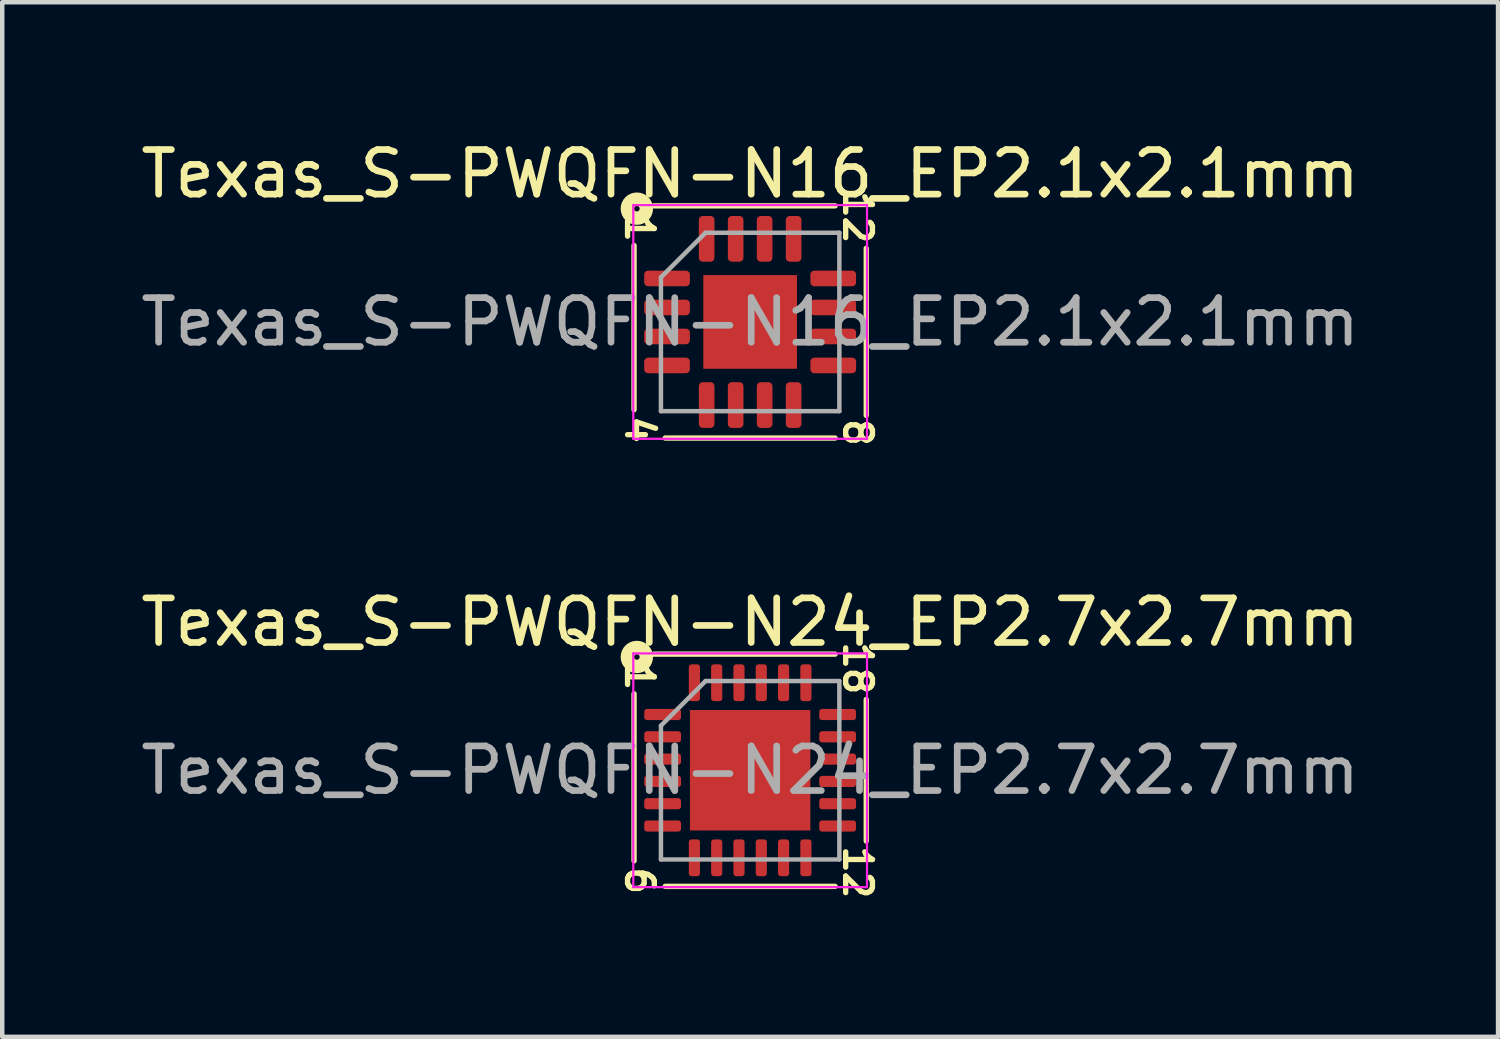
<source format=kicad_pcb>
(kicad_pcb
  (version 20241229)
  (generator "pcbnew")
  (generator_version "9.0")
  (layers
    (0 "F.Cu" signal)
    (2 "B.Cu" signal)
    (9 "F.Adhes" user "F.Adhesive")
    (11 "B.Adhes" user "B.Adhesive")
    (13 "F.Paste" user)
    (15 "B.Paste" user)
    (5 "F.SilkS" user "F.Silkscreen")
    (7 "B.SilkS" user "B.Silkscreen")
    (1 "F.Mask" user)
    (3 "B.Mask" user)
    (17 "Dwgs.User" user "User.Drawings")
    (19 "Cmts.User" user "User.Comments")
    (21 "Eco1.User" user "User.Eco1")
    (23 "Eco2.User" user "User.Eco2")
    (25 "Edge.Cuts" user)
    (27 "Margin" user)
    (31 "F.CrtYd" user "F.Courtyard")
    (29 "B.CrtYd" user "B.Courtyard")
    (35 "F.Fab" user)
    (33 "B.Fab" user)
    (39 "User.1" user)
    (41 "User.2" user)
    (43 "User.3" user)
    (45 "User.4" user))
  (footprint "Texas_S-PWQFN-N24_EP2.7x2.7mm"
    (layer "F.Cu")
    (at 13.768 14.219)
    (property "Reference" "Texas_S-PWQFN-N24_EP2.7x2.7mm" (at 0 -3.32 0) (layer "F.SilkS") (effects (font (size 1 1) (thickness 0.15))))
    (attr smd)
    (fp_line (start -2.603 -1.714) (end -2.603 2.032) (stroke (width 0.12) (type solid)) (layer "F.SilkS"))
    (fp_line (start -1.905 2.603) (end 1.905 2.603) (stroke (width 0.12) (type solid)) (layer "F.SilkS"))
    (fp_line (start 1.905 -2.603) (end -2.159 -2.603) (stroke (width 0.12) (type solid)) (layer "F.SilkS"))
    (fp_line (start 2.603 1.587) (end 2.603 -1.587) (stroke (width 0.12) (type solid)) (layer "F.SilkS"))
    (fp_circle (center -2.54 -2.54) (end -2.477 -2.54) (stroke (width 0.3) (type solid)) (fill no) (layer "F.SilkS"))
    (fp_line (start -2.62 -2.62) (end -2.62 2.62) (stroke (width 0.05) (type solid)) (layer "F.CrtYd"))
    (fp_line (start -2.62 2.62) (end 2.62 2.62) (stroke (width 0.05) (type solid)) (layer "F.CrtYd"))
    (fp_line (start 2.62 -2.62) (end -2.62 -2.62) (stroke (width 0.05) (type solid)) (layer "F.CrtYd"))
    (fp_line (start 2.62 2.62) (end 2.62 -2.62) (stroke (width 0.05) (type solid)) (layer "F.CrtYd"))
    (fp_line (start -2 -1) (end -1 -2) (stroke (width 0.1) (type solid)) (layer "F.Fab"))
    (fp_line (start -2 2) (end -2 -1) (stroke (width 0.1) (type solid)) (layer "F.Fab"))
    (fp_line (start -1 -2) (end 2 -2) (stroke (width 0.1) (type solid)) (layer "F.Fab"))
    (fp_line (start 2 -2) (end 2 2) (stroke (width 0.1) (type solid)) (layer "F.Fab"))
    (fp_line (start 2 2) (end -2 2) (stroke (width 0.1) (type solid)) (layer "F.Fab"))
    (fp_text user "6" (at -2.477 2.477 270) (unlocked yes) (layer "F.SilkS") (effects (font (size 0.6 0.6) (thickness 0.12))))
    (fp_text user "1" (at -2.477 -2.095 270) (unlocked yes) (layer "F.SilkS") (effects (font (size 0.6 0.6) (thickness 0.12))))
    (fp_text user "12" (at 2.413 2.286 270) (unlocked yes) (layer "F.SilkS") (effects (font (size 0.6 0.6) (thickness 0.12))))
    (fp_text user "18" (at 2.413 -2.286 270) (unlocked yes) (layer "F.SilkS") (effects (font (size 0.6 0.6) (thickness 0.12))))
    (fp_text user "${REFERENCE}" (at 0 0 0) (layer "F.Fab") (effects (font (size 1 1) (thickness 0.15))))
    (pad "" smd roundrect (at -0.675 -0.675) (size 1.09 1.09) (layers "F.Paste") (roundrect_rratio 0.229))
    (pad "" smd roundrect (at -0.675 0.675) (size 1.09 1.09) (layers "F.Paste") (roundrect_rratio 0.229))
    (pad "" smd roundrect (at 0.675 -0.675) (size 1.09 1.09) (layers "F.Paste") (roundrect_rratio 0.229))
    (pad "" smd roundrect (at 0.675 0.675) (size 1.09 1.09) (layers "F.Paste") (roundrect_rratio 0.229))
    (pad "1" smd roundrect (at -1.962 -1.25) (size 0.825 0.25) (layers "F.Cu" "F.Mask" "F.Paste") (roundrect_rratio 0.25))
    (pad "2" smd roundrect (at -1.962 -0.75) (size 0.825 0.25) (layers "F.Cu" "F.Mask" "F.Paste") (roundrect_rratio 0.25))
    (pad "3" smd roundrect (at -1.962 -0.25) (size 0.825 0.25) (layers "F.Cu" "F.Mask" "F.Paste") (roundrect_rratio 0.25))
    (pad "4" smd roundrect (at -1.962 0.25) (size 0.825 0.25) (layers "F.Cu" "F.Mask" "F.Paste") (roundrect_rratio 0.25))
    (pad "5" smd roundrect (at -1.962 0.75) (size 0.825 0.25) (layers "F.Cu" "F.Mask" "F.Paste") (roundrect_rratio 0.25))
    (pad "6" smd roundrect (at -1.962 1.25) (size 0.825 0.25) (layers "F.Cu" "F.Mask" "F.Paste") (roundrect_rratio 0.25))
    (pad "7" smd roundrect (at -1.25 1.962) (size 0.25 0.825) (layers "F.Cu" "F.Mask" "F.Paste") (roundrect_rratio 0.25))
    (pad "8" smd roundrect (at -0.75 1.962) (size 0.25 0.825) (layers "F.Cu" "F.Mask" "F.Paste") (roundrect_rratio 0.25))
    (pad "9" smd roundrect (at -0.25 1.962) (size 0.25 0.825) (layers "F.Cu" "F.Mask" "F.Paste") (roundrect_rratio 0.25))
    (pad "10" smd roundrect (at 0.25 1.962) (size 0.25 0.825) (layers "F.Cu" "F.Mask" "F.Paste") (roundrect_rratio 0.25))
    (pad "11" smd roundrect (at 0.75 1.962) (size 0.25 0.825) (layers "F.Cu" "F.Mask" "F.Paste") (roundrect_rratio 0.25))
    (pad "12" smd roundrect (at 1.25 1.962) (size 0.25 0.825) (layers "F.Cu" "F.Mask" "F.Paste") (roundrect_rratio 0.25))
    (pad "13" smd roundrect (at 1.962 1.25) (size 0.825 0.25) (layers "F.Cu" "F.Mask" "F.Paste") (roundrect_rratio 0.25))
    (pad "14" smd roundrect (at 1.962 0.75) (size 0.825 0.25) (layers "F.Cu" "F.Mask" "F.Paste") (roundrect_rratio 0.25))
    (pad "15" smd roundrect (at 1.962 0.25) (size 0.825 0.25) (layers "F.Cu" "F.Mask" "F.Paste") (roundrect_rratio 0.25))
    (pad "16" smd roundrect (at 1.962 -0.25) (size 0.825 0.25) (layers "F.Cu" "F.Mask" "F.Paste") (roundrect_rratio 0.25))
    (pad "17" smd roundrect (at 1.962 -0.75) (size 0.825 0.25) (layers "F.Cu" "F.Mask" "F.Paste") (roundrect_rratio 0.25))
    (pad "18" smd roundrect (at 1.962 -1.25) (size 0.825 0.25) (layers "F.Cu" "F.Mask" "F.Paste") (roundrect_rratio 0.25))
    (pad "19" smd roundrect (at 1.25 -1.962) (size 0.25 0.825) (layers "F.Cu" "F.Mask" "F.Paste") (roundrect_rratio 0.25))
    (pad "20" smd roundrect (at 0.75 -1.962) (size 0.25 0.825) (layers "F.Cu" "F.Mask" "F.Paste") (roundrect_rratio 0.25))
    (pad "21" smd roundrect (at 0.25 -1.962) (size 0.25 0.825) (layers "F.Cu" "F.Mask" "F.Paste") (roundrect_rratio 0.25))
    (pad "22" smd roundrect (at -0.25 -1.962) (size 0.25 0.825) (layers "F.Cu" "F.Mask" "F.Paste") (roundrect_rratio 0.25))
    (pad "23" smd roundrect (at -0.75 -1.962) (size 0.25 0.825) (layers "F.Cu" "F.Mask" "F.Paste") (roundrect_rratio 0.25))
    (pad "24" smd roundrect (at -1.25 -1.962) (size 0.25 0.825) (layers "F.Cu" "F.Mask" "F.Paste") (roundrect_rratio 0.25))
    (pad "25" smd rect (at 0 0) (size 2.7 2.7) (layers "F.Cu" "F.Mask")))
  (footprint "Texas_S-PWQFN-N16_EP2.1x2.1mm"
    (layer "F.Cu")
    (at 13.768 4.168)
    (property "Reference" "Texas_S-PWQFN-N16_EP2.1x2.1mm" (at 0 -3.32 0) (layer "F.SilkS") (effects (font (size 1 1) (thickness 0.15))))
    (attr smd)
    (fp_line (start -2.603 -1.714) (end -2.603 1.968) (stroke (width 0.12) (type solid)) (layer "F.SilkS"))
    (fp_line (start -1.905 2.603) (end 1.905 2.603) (stroke (width 0.12) (type solid)) (layer "F.SilkS"))
    (fp_line (start 1.905 -2.603) (end -2.159 -2.603) (stroke (width 0.12) (type solid)) (layer "F.SilkS"))
    (fp_line (start 2.603 2.095) (end 2.603 -1.651) (stroke (width 0.12) (type solid)) (layer "F.SilkS"))
    (fp_circle (center -2.54 -2.54) (end -2.477 -2.54) (stroke (width 0.3) (type solid)) (fill no) (layer "F.SilkS"))
    (fp_line (start -2.62 -2.62) (end -2.62 2.62) (stroke (width 0.05) (type solid)) (layer "F.CrtYd"))
    (fp_line (start -2.62 2.62) (end 2.62 2.62) (stroke (width 0.05) (type solid)) (layer "F.CrtYd"))
    (fp_line (start 2.62 -2.62) (end -2.62 -2.62) (stroke (width 0.05) (type solid)) (layer "F.CrtYd"))
    (fp_line (start 2.62 2.62) (end 2.62 -2.62) (stroke (width 0.05) (type solid)) (layer "F.CrtYd"))
    (fp_line (start -2 -1) (end -1 -2) (stroke (width 0.1) (type solid)) (layer "F.Fab"))
    (fp_line (start -2 2) (end -2 -1) (stroke (width 0.1) (type solid)) (layer "F.Fab"))
    (fp_line (start -1 -2) (end 2 -2) (stroke (width 0.1) (type solid)) (layer "F.Fab"))
    (fp_line (start 2 -2) (end 2 2) (stroke (width 0.1) (type solid)) (layer "F.Fab"))
    (fp_line (start 2 2) (end -2 2) (stroke (width 0.1) (type solid)) (layer "F.Fab"))
    (fp_text user "4" (at -2.477 2.413 270) (unlocked yes) (layer "F.SilkS") (effects (font (size 0.6 0.6) (thickness 0.12))))
    (fp_text user "8" (at 2.413 2.477 270) (unlocked yes) (layer "F.SilkS") (effects (font (size 0.6 0.6) (thickness 0.12))))
    (fp_text user "1" (at -2.477 -2.095 270) (unlocked yes) (layer "F.SilkS") (effects (font (size 0.6 0.6) (thickness 0.12))))
    (fp_text user "12" (at 2.413 -2.349 270) (unlocked yes) (layer "F.SilkS") (effects (font (size 0.6 0.6) (thickness 0.12))))
    (fp_text user "${REFERENCE}" (at 0 0 0) (layer "F.Fab") (effects (font (size 1 1) (thickness 0.15))))
    (pad "" smd roundrect (at -0.525 -0.525) (size 0.85 0.85) (layers "F.Paste") (roundrect_rratio 0.25))
    (pad "" smd roundrect (at -0.525 0.525) (size 0.85 0.85) (layers "F.Paste") (roundrect_rratio 0.25))
    (pad "" smd roundrect (at 0.525 -0.525) (size 0.85 0.85) (layers "F.Paste") (roundrect_rratio 0.25))
    (pad "" smd roundrect (at 0.525 0.525) (size 0.85 0.85) (layers "F.Paste") (roundrect_rratio 0.25))
    (pad "1" smd roundrect (at -1.863 -0.975) (size 1.025 0.35) (layers "F.Cu" "F.Mask" "F.Paste") (roundrect_rratio 0.25))
    (pad "2" smd roundrect (at -1.863 -0.325) (size 1.025 0.35) (layers "F.Cu" "F.Mask" "F.Paste") (roundrect_rratio 0.25))
    (pad "3" smd roundrect (at -1.863 0.325) (size 1.025 0.35) (layers "F.Cu" "F.Mask" "F.Paste") (roundrect_rratio 0.25))
    (pad "4" smd roundrect (at -1.863 0.975) (size 1.025 0.35) (layers "F.Cu" "F.Mask" "F.Paste") (roundrect_rratio 0.25))
    (pad "5" smd roundrect (at -0.975 1.863) (size 0.35 1.025) (layers "F.Cu" "F.Mask" "F.Paste") (roundrect_rratio 0.25))
    (pad "6" smd roundrect (at -0.325 1.863) (size 0.35 1.025) (layers "F.Cu" "F.Mask" "F.Paste") (roundrect_rratio 0.25))
    (pad "7" smd roundrect (at 0.325 1.863) (size 0.35 1.025) (layers "F.Cu" "F.Mask" "F.Paste") (roundrect_rratio 0.25))
    (pad "8" smd roundrect (at 0.975 1.863) (size 0.35 1.025) (layers "F.Cu" "F.Mask" "F.Paste") (roundrect_rratio 0.25))
    (pad "9" smd roundrect (at 1.863 0.975) (size 1.025 0.35) (layers "F.Cu" "F.Mask" "F.Paste") (roundrect_rratio 0.25))
    (pad "10" smd roundrect (at 1.863 0.325) (size 1.025 0.35) (layers "F.Cu" "F.Mask" "F.Paste") (roundrect_rratio 0.25))
    (pad "11" smd roundrect (at 1.863 -0.325) (size 1.025 0.35) (layers "F.Cu" "F.Mask" "F.Paste") (roundrect_rratio 0.25))
    (pad "12" smd roundrect (at 1.863 -0.975) (size 1.025 0.35) (layers "F.Cu" "F.Mask" "F.Paste") (roundrect_rratio 0.25))
    (pad "13" smd roundrect (at 0.975 -1.863) (size 0.35 1.025) (layers "F.Cu" "F.Mask" "F.Paste") (roundrect_rratio 0.25))
    (pad "14" smd roundrect (at 0.325 -1.863) (size 0.35 1.025) (layers "F.Cu" "F.Mask" "F.Paste") (roundrect_rratio 0.25))
    (pad "15" smd roundrect (at -0.325 -1.863) (size 0.35 1.025) (layers "F.Cu" "F.Mask" "F.Paste") (roundrect_rratio 0.25))
    (pad "16" smd roundrect (at -0.975 -1.863) (size 0.35 1.025) (layers "F.Cu" "F.Mask" "F.Paste") (roundrect_rratio 0.25))
    (pad "17" smd rect (at 0 0) (size 2.1 2.1) (layers "F.Cu" "F.Mask")))
  (gr_rect
    (start -3 -3)
    (end 30.536 20.196)
    (stroke (width 0.1) (type default))
    (fill no)
    (layer "Edge.Cuts")))
</source>
